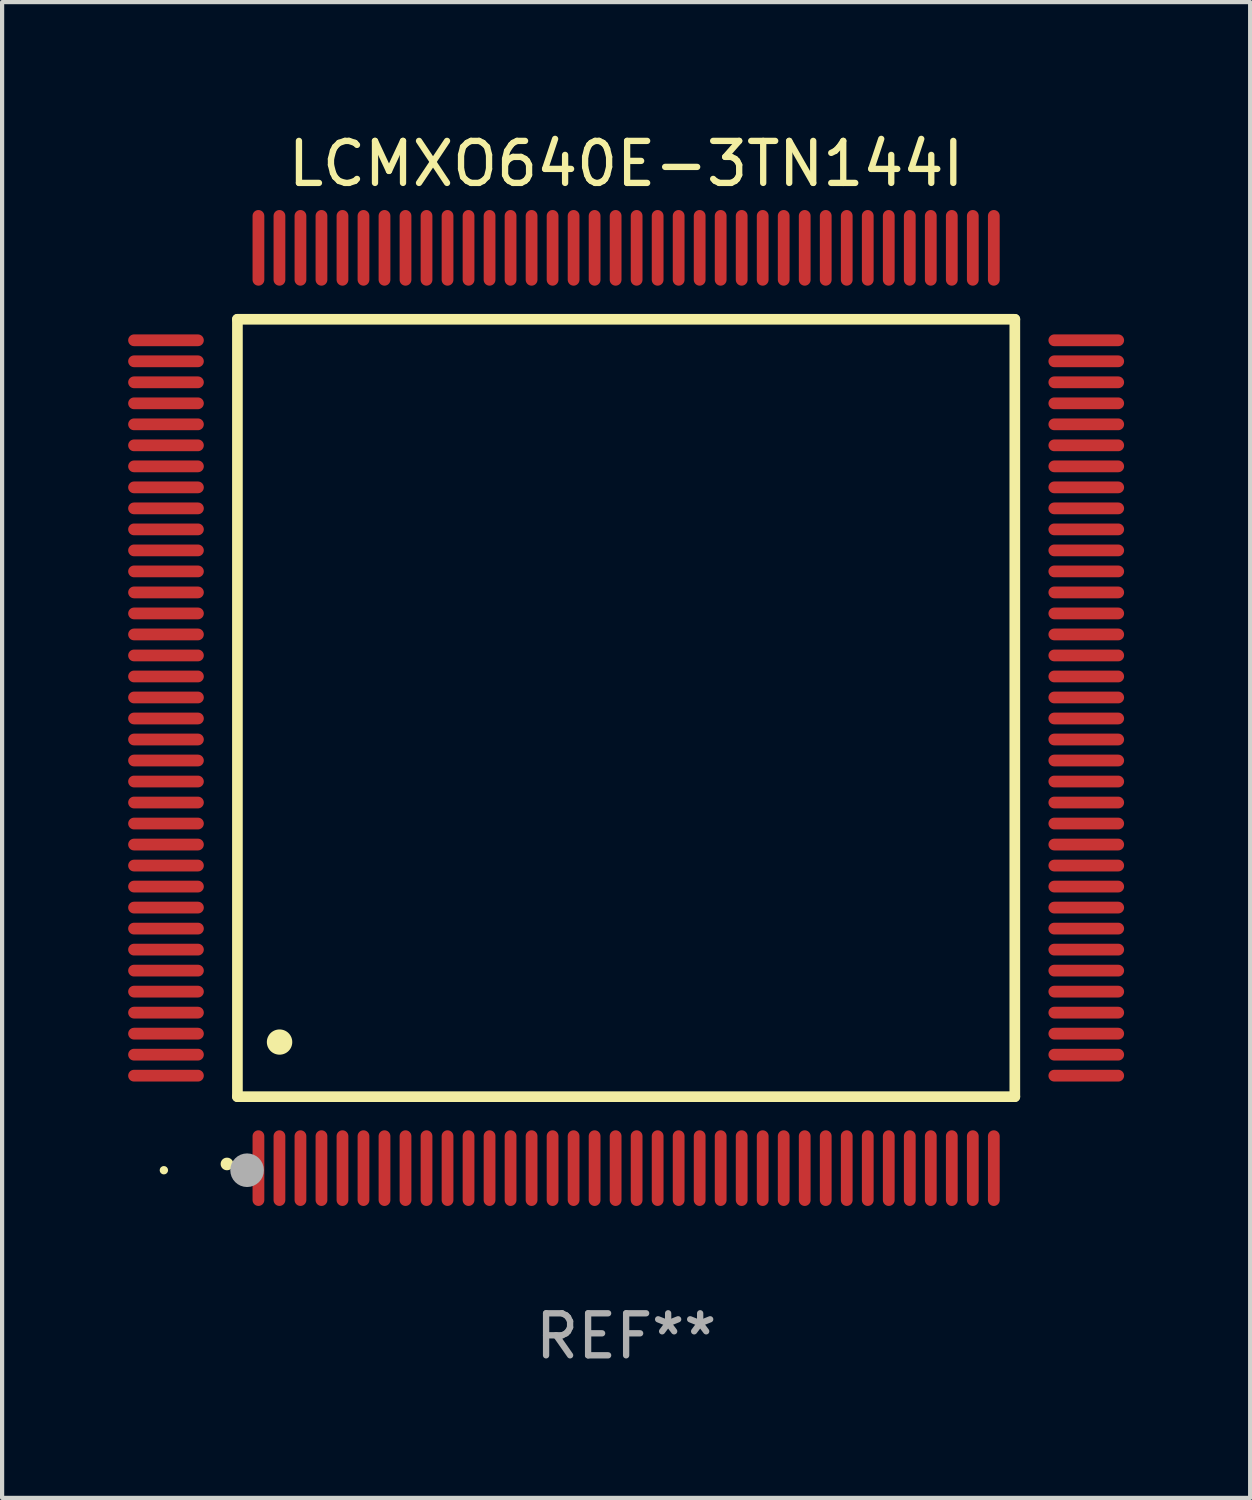
<source format=kicad_pcb>
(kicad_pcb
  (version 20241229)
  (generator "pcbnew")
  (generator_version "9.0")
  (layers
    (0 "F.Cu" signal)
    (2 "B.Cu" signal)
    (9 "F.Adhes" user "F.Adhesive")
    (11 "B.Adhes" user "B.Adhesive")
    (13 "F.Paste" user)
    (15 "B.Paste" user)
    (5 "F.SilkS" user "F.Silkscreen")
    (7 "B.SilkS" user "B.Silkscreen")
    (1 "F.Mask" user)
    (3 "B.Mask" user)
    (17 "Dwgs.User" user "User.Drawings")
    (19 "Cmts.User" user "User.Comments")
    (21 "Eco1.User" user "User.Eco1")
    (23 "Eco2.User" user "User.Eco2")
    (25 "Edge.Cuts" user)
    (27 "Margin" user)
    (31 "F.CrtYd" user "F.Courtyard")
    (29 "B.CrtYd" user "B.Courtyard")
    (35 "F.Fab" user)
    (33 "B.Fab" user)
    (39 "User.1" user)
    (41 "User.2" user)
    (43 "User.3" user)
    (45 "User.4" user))
  (footprint "LCMXO640E-3TN144I"
    (layer "F.Cu")
    (at 11.85 13.798)
    (property "Reference" "LCMXO640E-3TN144I" (at 0 -12.95 0) (layer "F.SilkS") (effects (font (size 1 1) (thickness 0.15))))
    (attr through_hole)
    (fp_line (start -9.25 -9.25) (end -9.25 9.25) (stroke (width 0.254) (type solid)) (layer "F.SilkS"))
    (fp_line (start -9.25 9.25) (end 9.25 9.25) (stroke (width 0.254) (type solid)) (layer "F.SilkS"))
    (fp_line (start 9.25 -9.25) (end -9.25 -9.25) (stroke (width 0.254) (type solid)) (layer "F.SilkS"))
    (fp_line (start 9.25 9.25) (end 9.25 -9.25) (stroke (width 0.254) (type solid)) (layer "F.SilkS"))
    (fp_arc (start -9.499619 10.850902) (mid -9.498349 10.850897) (end -9.497079 10.850902) (stroke (width 0.3) (type solid)) (layer "F.SilkS"))
    (fp_arc (start -8.249936 7.950216) (mid -8.247396 7.950205) (end -8.244856 7.950216) (stroke (width 0.6) (type solid)) (layer "F.SilkS"))
    (fp_circle (center -11 11) (end -10.95 11) (stroke (width 0.1) (type solid)) (fill no) (layer "F.SilkS"))
    (fp_circle (center -9.02 11) (end -8.82 11) (stroke (width 0.4) (type solid)) (fill no) (layer "F.Fab"))
    (fp_text user "REF**" (at 0 14.95 0) (layer "F.Fab") (effects (font (size 1 1) (thickness 0.15))))
    (pad "1" smd oval (at -8.75 10.95) (size 0.28 1.8) (layers "F.Cu" "F.Mask" "F.Paste"))
    (pad "2" smd oval (at -8.25 10.95) (size 0.28 1.8) (layers "F.Cu" "F.Mask" "F.Paste"))
    (pad "3" smd oval (at -7.75 10.95) (size 0.28 1.8) (layers "F.Cu" "F.Mask" "F.Paste"))
    (pad "4" smd oval (at -7.25 10.95) (size 0.28 1.8) (layers "F.Cu" "F.Mask" "F.Paste"))
    (pad "5" smd oval (at -6.75 10.95) (size 0.28 1.8) (layers "F.Cu" "F.Mask" "F.Paste"))
    (pad "6" smd oval (at -6.25 10.95) (size 0.28 1.8) (layers "F.Cu" "F.Mask" "F.Paste"))
    (pad "7" smd oval (at -5.75 10.95) (size 0.28 1.8) (layers "F.Cu" "F.Mask" "F.Paste"))
    (pad "8" smd oval (at -5.25 10.95) (size 0.28 1.8) (layers "F.Cu" "F.Mask" "F.Paste"))
    (pad "9" smd oval (at -4.75 10.95) (size 0.28 1.8) (layers "F.Cu" "F.Mask" "F.Paste"))
    (pad "10" smd oval (at -4.25 10.95) (size 0.28 1.8) (layers "F.Cu" "F.Mask" "F.Paste"))
    (pad "11" smd oval (at -3.75 10.95) (size 0.28 1.8) (layers "F.Cu" "F.Mask" "F.Paste"))
    (pad "12" smd oval (at -3.25 10.95) (size 0.28 1.8) (layers "F.Cu" "F.Mask" "F.Paste"))
    (pad "13" smd oval (at -2.75 10.95) (size 0.28 1.8) (layers "F.Cu" "F.Mask" "F.Paste"))
    (pad "14" smd oval (at -2.25 10.95) (size 0.28 1.8) (layers "F.Cu" "F.Mask" "F.Paste"))
    (pad "15" smd oval (at -1.75 10.95) (size 0.28 1.8) (layers "F.Cu" "F.Mask" "F.Paste"))
    (pad "16" smd oval (at -1.25 10.95) (size 0.28 1.8) (layers "F.Cu" "F.Mask" "F.Paste"))
    (pad "17" smd oval (at -0.75 10.95) (size 0.28 1.8) (layers "F.Cu" "F.Mask" "F.Paste"))
    (pad "18" smd oval (at -0.25 10.95) (size 0.28 1.8) (layers "F.Cu" "F.Mask" "F.Paste"))
    (pad "19" smd oval (at 0.25 10.95) (size 0.28 1.8) (layers "F.Cu" "F.Mask" "F.Paste"))
    (pad "20" smd oval (at 0.75 10.95) (size 0.28 1.8) (layers "F.Cu" "F.Mask" "F.Paste"))
    (pad "21" smd oval (at 1.25 10.95) (size 0.28 1.8) (layers "F.Cu" "F.Mask" "F.Paste"))
    (pad "22" smd oval (at 1.75 10.95) (size 0.28 1.8) (layers "F.Cu" "F.Mask" "F.Paste"))
    (pad "23" smd oval (at 2.25 10.95) (size 0.28 1.8) (layers "F.Cu" "F.Mask" "F.Paste"))
    (pad "24" smd oval (at 2.75 10.95) (size 0.28 1.8) (layers "F.Cu" "F.Mask" "F.Paste"))
    (pad "25" smd oval (at 3.25 10.95) (size 0.28 1.8) (layers "F.Cu" "F.Mask" "F.Paste"))
    (pad "26" smd oval (at 3.75 10.95) (size 0.28 1.8) (layers "F.Cu" "F.Mask" "F.Paste"))
    (pad "27" smd oval (at 4.25 10.95) (size 0.28 1.8) (layers "F.Cu" "F.Mask" "F.Paste"))
    (pad "28" smd oval (at 4.75 10.95) (size 0.28 1.8) (layers "F.Cu" "F.Mask" "F.Paste"))
    (pad "29" smd oval (at 5.25 10.95) (size 0.28 1.8) (layers "F.Cu" "F.Mask" "F.Paste"))
    (pad "30" smd oval (at 5.75 10.95) (size 0.28 1.8) (layers "F.Cu" "F.Mask" "F.Paste"))
    (pad "31" smd oval (at 6.25 10.95) (size 0.28 1.8) (layers "F.Cu" "F.Mask" "F.Paste"))
    (pad "32" smd oval (at 6.75 10.95) (size 0.28 1.8) (layers "F.Cu" "F.Mask" "F.Paste"))
    (pad "33" smd oval (at 7.25 10.95) (size 0.28 1.8) (layers "F.Cu" "F.Mask" "F.Paste"))
    (pad "34" smd oval (at 7.75 10.95) (size 0.28 1.8) (layers "F.Cu" "F.Mask" "F.Paste"))
    (pad "35" smd oval (at 8.25 10.95) (size 0.28 1.8) (layers "F.Cu" "F.Mask" "F.Paste"))
    (pad "36" smd oval (at 8.75 10.95) (size 0.28 1.8) (layers "F.Cu" "F.Mask" "F.Paste"))
    (pad "37" smd oval (at 10.95 8.75) (size 1.8 0.28) (layers "F.Cu" "F.Mask" "F.Paste"))
    (pad "38" smd oval (at 10.95 8.25) (size 1.8 0.28) (layers "F.Cu" "F.Mask" "F.Paste"))
    (pad "39" smd oval (at 10.95 7.75) (size 1.8 0.28) (layers "F.Cu" "F.Mask" "F.Paste"))
    (pad "40" smd oval (at 10.95 7.25) (size 1.8 0.28) (layers "F.Cu" "F.Mask" "F.Paste"))
    (pad "41" smd oval (at 10.95 6.75) (size 1.8 0.28) (layers "F.Cu" "F.Mask" "F.Paste"))
    (pad "42" smd oval (at 10.95 6.25) (size 1.8 0.28) (layers "F.Cu" "F.Mask" "F.Paste"))
    (pad "43" smd oval (at 10.95 5.75) (size 1.8 0.28) (layers "F.Cu" "F.Mask" "F.Paste"))
    (pad "44" smd oval (at 10.95 5.25) (size 1.8 0.28) (layers "F.Cu" "F.Mask" "F.Paste"))
    (pad "45" smd oval (at 10.95 4.75) (size 1.8 0.28) (layers "F.Cu" "F.Mask" "F.Paste"))
    (pad "46" smd oval (at 10.95 4.25) (size 1.8 0.28) (layers "F.Cu" "F.Mask" "F.Paste"))
    (pad "47" smd oval (at 10.95 3.75) (size 1.8 0.28) (layers "F.Cu" "F.Mask" "F.Paste"))
    (pad "48" smd oval (at 10.95 3.25) (size 1.8 0.28) (layers "F.Cu" "F.Mask" "F.Paste"))
    (pad "49" smd oval (at 10.95 2.75) (size 1.8 0.28) (layers "F.Cu" "F.Mask" "F.Paste"))
    (pad "50" smd oval (at 10.95 2.25) (size 1.8 0.28) (layers "F.Cu" "F.Mask" "F.Paste"))
    (pad "51" smd oval (at 10.95 1.75) (size 1.8 0.28) (layers "F.Cu" "F.Mask" "F.Paste"))
    (pad "52" smd oval (at 10.95 1.25) (size 1.8 0.28) (layers "F.Cu" "F.Mask" "F.Paste"))
    (pad "53" smd oval (at 10.95 0.75) (size 1.8 0.28) (layers "F.Cu" "F.Mask" "F.Paste"))
    (pad "54" smd oval (at 10.95 0.25) (size 1.8 0.28) (layers "F.Cu" "F.Mask" "F.Paste"))
    (pad "55" smd oval (at 10.95 -0.25) (size 1.8 0.28) (layers "F.Cu" "F.Mask" "F.Paste"))
    (pad "56" smd oval (at 10.95 -0.75) (size 1.8 0.28) (layers "F.Cu" "F.Mask" "F.Paste"))
    (pad "57" smd oval (at 10.95 -1.25) (size 1.8 0.28) (layers "F.Cu" "F.Mask" "F.Paste"))
    (pad "58" smd oval (at 10.95 -1.75) (size 1.8 0.28) (layers "F.Cu" "F.Mask" "F.Paste"))
    (pad "59" smd oval (at 10.95 -2.25) (size 1.8 0.28) (layers "F.Cu" "F.Mask" "F.Paste"))
    (pad "60" smd oval (at 10.95 -2.75) (size 1.8 0.28) (layers "F.Cu" "F.Mask" "F.Paste"))
    (pad "61" smd oval (at 10.95 -3.25) (size 1.8 0.28) (layers "F.Cu" "F.Mask" "F.Paste"))
    (pad "62" smd oval (at 10.95 -3.75) (size 1.8 0.28) (layers "F.Cu" "F.Mask" "F.Paste"))
    (pad "63" smd oval (at 10.95 -4.25) (size 1.8 0.28) (layers "F.Cu" "F.Mask" "F.Paste"))
    (pad "64" smd oval (at 10.95 -4.75) (size 1.8 0.28) (layers "F.Cu" "F.Mask" "F.Paste"))
    (pad "65" smd oval (at 10.95 -5.25) (size 1.8 0.28) (layers "F.Cu" "F.Mask" "F.Paste"))
    (pad "66" smd oval (at 10.95 -5.75) (size 1.8 0.28) (layers "F.Cu" "F.Mask" "F.Paste"))
    (pad "67" smd oval (at 10.95 -6.25) (size 1.8 0.28) (layers "F.Cu" "F.Mask" "F.Paste"))
    (pad "68" smd oval (at 10.95 -6.75) (size 1.8 0.28) (layers "F.Cu" "F.Mask" "F.Paste"))
    (pad "69" smd oval (at 10.95 -7.25) (size 1.8 0.28) (layers "F.Cu" "F.Mask" "F.Paste"))
    (pad "70" smd oval (at 10.95 -7.75) (size 1.8 0.28) (layers "F.Cu" "F.Mask" "F.Paste"))
    (pad "71" smd oval (at 10.95 -8.25) (size 1.8 0.28) (layers "F.Cu" "F.Mask" "F.Paste"))
    (pad "72" smd oval (at 10.95 -8.75) (size 1.8 0.28) (layers "F.Cu" "F.Mask" "F.Paste"))
    (pad "73" smd oval (at 8.75 -10.95) (size 0.28 1.8) (layers "F.Cu" "F.Mask" "F.Paste"))
    (pad "74" smd oval (at 8.25 -10.95) (size 0.28 1.8) (layers "F.Cu" "F.Mask" "F.Paste"))
    (pad "75" smd oval (at 7.75 -10.95) (size 0.28 1.8) (layers "F.Cu" "F.Mask" "F.Paste"))
    (pad "76" smd oval (at 7.25 -10.95) (size 0.28 1.8) (layers "F.Cu" "F.Mask" "F.Paste"))
    (pad "77" smd oval (at 6.75 -10.95) (size 0.28 1.8) (layers "F.Cu" "F.Mask" "F.Paste"))
    (pad "78" smd oval (at 6.25 -10.95) (size 0.28 1.8) (layers "F.Cu" "F.Mask" "F.Paste"))
    (pad "79" smd oval (at 5.75 -10.95) (size 0.28 1.8) (layers "F.Cu" "F.Mask" "F.Paste"))
    (pad "80" smd oval (at 5.25 -10.95) (size 0.28 1.8) (layers "F.Cu" "F.Mask" "F.Paste"))
    (pad "81" smd oval (at 4.75 -10.95) (size 0.28 1.8) (layers "F.Cu" "F.Mask" "F.Paste"))
    (pad "82" smd oval (at 4.25 -10.95) (size 0.28 1.8) (layers "F.Cu" "F.Mask" "F.Paste"))
    (pad "83" smd oval (at 3.75 -10.95) (size 0.28 1.8) (layers "F.Cu" "F.Mask" "F.Paste"))
    (pad "84" smd oval (at 3.25 -10.95) (size 0.28 1.8) (layers "F.Cu" "F.Mask" "F.Paste"))
    (pad "85" smd oval (at 2.75 -10.95) (size 0.28 1.8) (layers "F.Cu" "F.Mask" "F.Paste"))
    (pad "86" smd oval (at 2.25 -10.95) (size 0.28 1.8) (layers "F.Cu" "F.Mask" "F.Paste"))
    (pad "87" smd oval (at 1.75 -10.95) (size 0.28 1.8) (layers "F.Cu" "F.Mask" "F.Paste"))
    (pad "88" smd oval (at 1.25 -10.95) (size 0.28 1.8) (layers "F.Cu" "F.Mask" "F.Paste"))
    (pad "89" smd oval (at 0.75 -10.95) (size 0.28 1.8) (layers "F.Cu" "F.Mask" "F.Paste"))
    (pad "90" smd oval (at 0.25 -10.95) (size 0.28 1.8) (layers "F.Cu" "F.Mask" "F.Paste"))
    (pad "91" smd oval (at -0.25 -10.95) (size 0.28 1.8) (layers "F.Cu" "F.Mask" "F.Paste"))
    (pad "92" smd oval (at -0.75 -10.95) (size 0.28 1.8) (layers "F.Cu" "F.Mask" "F.Paste"))
    (pad "93" smd oval (at -1.25 -10.95) (size 0.28 1.8) (layers "F.Cu" "F.Mask" "F.Paste"))
    (pad "94" smd oval (at -1.75 -10.95) (size 0.28 1.8) (layers "F.Cu" "F.Mask" "F.Paste"))
    (pad "95" smd oval (at -2.25 -10.95) (size 0.28 1.8) (layers "F.Cu" "F.Mask" "F.Paste"))
    (pad "96" smd oval (at -2.75 -10.95) (size 0.28 1.8) (layers "F.Cu" "F.Mask" "F.Paste"))
    (pad "97" smd oval (at -3.25 -10.95) (size 0.28 1.8) (layers "F.Cu" "F.Mask" "F.Paste"))
    (pad "98" smd oval (at -3.75 -10.95) (size 0.28 1.8) (layers "F.Cu" "F.Mask" "F.Paste"))
    (pad "99" smd oval (at -4.25 -10.95) (size 0.28 1.8) (layers "F.Cu" "F.Mask" "F.Paste"))
    (pad "100" smd oval (at -4.75 -10.95) (size 0.28 1.8) (layers "F.Cu" "F.Mask" "F.Paste"))
    (pad "101" smd oval (at -5.25 -10.95) (size 0.28 1.8) (layers "F.Cu" "F.Mask" "F.Paste"))
    (pad "102" smd oval (at -5.75 -10.95) (size 0.28 1.8) (layers "F.Cu" "F.Mask" "F.Paste"))
    (pad "103" smd oval (at -6.25 -10.95) (size 0.28 1.8) (layers "F.Cu" "F.Mask" "F.Paste"))
    (pad "104" smd oval (at -6.75 -10.95) (size 0.28 1.8) (layers "F.Cu" "F.Mask" "F.Paste"))
    (pad "105" smd oval (at -7.25 -10.95) (size 0.28 1.8) (layers "F.Cu" "F.Mask" "F.Paste"))
    (pad "106" smd oval (at -7.75 -10.95) (size 0.28 1.8) (layers "F.Cu" "F.Mask" "F.Paste"))
    (pad "107" smd oval (at -8.25 -10.95) (size 0.28 1.8) (layers "F.Cu" "F.Mask" "F.Paste"))
    (pad "108" smd oval (at -8.75 -10.95) (size 0.28 1.8) (layers "F.Cu" "F.Mask" "F.Paste"))
    (pad "109" smd oval (at -10.95 -8.75) (size 1.8 0.28) (layers "F.Cu" "F.Mask" "F.Paste"))
    (pad "110" smd oval (at -10.95 -8.25) (size 1.8 0.28) (layers "F.Cu" "F.Mask" "F.Paste"))
    (pad "111" smd oval (at -10.95 -7.75) (size 1.8 0.28) (layers "F.Cu" "F.Mask" "F.Paste"))
    (pad "112" smd oval (at -10.95 -7.25) (size 1.8 0.28) (layers "F.Cu" "F.Mask" "F.Paste"))
    (pad "113" smd oval (at -10.95 -6.75) (size 1.8 0.28) (layers "F.Cu" "F.Mask" "F.Paste"))
    (pad "114" smd oval (at -10.95 -6.25) (size 1.8 0.28) (layers "F.Cu" "F.Mask" "F.Paste"))
    (pad "115" smd oval (at -10.95 -5.75) (size 1.8 0.28) (layers "F.Cu" "F.Mask" "F.Paste"))
    (pad "116" smd oval (at -10.95 -5.25) (size 1.8 0.28) (layers "F.Cu" "F.Mask" "F.Paste"))
    (pad "117" smd oval (at -10.95 -4.75) (size 1.8 0.28) (layers "F.Cu" "F.Mask" "F.Paste"))
    (pad "118" smd oval (at -10.95 -4.25) (size 1.8 0.28) (layers "F.Cu" "F.Mask" "F.Paste"))
    (pad "119" smd oval (at -10.95 -3.75) (size 1.8 0.28) (layers "F.Cu" "F.Mask" "F.Paste"))
    (pad "120" smd oval (at -10.95 -3.25) (size 1.8 0.28) (layers "F.Cu" "F.Mask" "F.Paste"))
    (pad "121" smd oval (at -10.95 -2.75) (size 1.8 0.28) (layers "F.Cu" "F.Mask" "F.Paste"))
    (pad "122" smd oval (at -10.95 -2.25) (size 1.8 0.28) (layers "F.Cu" "F.Mask" "F.Paste"))
    (pad "123" smd oval (at -10.95 -1.75) (size 1.8 0.28) (layers "F.Cu" "F.Mask" "F.Paste"))
    (pad "124" smd oval (at -10.95 -1.25) (size 1.8 0.28) (layers "F.Cu" "F.Mask" "F.Paste"))
    (pad "125" smd oval (at -10.95 -0.75) (size 1.8 0.28) (layers "F.Cu" "F.Mask" "F.Paste"))
    (pad "126" smd oval (at -10.95 -0.25) (size 1.8 0.28) (layers "F.Cu" "F.Mask" "F.Paste"))
    (pad "127" smd oval (at -10.95 0.25) (size 1.8 0.28) (layers "F.Cu" "F.Mask" "F.Paste"))
    (pad "128" smd oval (at -10.95 0.75) (size 1.8 0.28) (layers "F.Cu" "F.Mask" "F.Paste"))
    (pad "129" smd oval (at -10.95 1.25) (size 1.8 0.28) (layers "F.Cu" "F.Mask" "F.Paste"))
    (pad "130" smd oval (at -10.95 1.75) (size 1.8 0.28) (layers "F.Cu" "F.Mask" "F.Paste"))
    (pad "131" smd oval (at -10.95 2.25) (size 1.8 0.28) (layers "F.Cu" "F.Mask" "F.Paste"))
    (pad "132" smd oval (at -10.95 2.75) (size 1.8 0.28) (layers "F.Cu" "F.Mask" "F.Paste"))
    (pad "133" smd oval (at -10.95 3.25) (size 1.8 0.28) (layers "F.Cu" "F.Mask" "F.Paste"))
    (pad "134" smd oval (at -10.95 3.75) (size 1.8 0.28) (layers "F.Cu" "F.Mask" "F.Paste"))
    (pad "135" smd oval (at -10.95 4.25) (size 1.8 0.28) (layers "F.Cu" "F.Mask" "F.Paste"))
    (pad "136" smd oval (at -10.95 4.75) (size 1.8 0.28) (layers "F.Cu" "F.Mask" "F.Paste"))
    (pad "137" smd oval (at -10.95 5.25) (size 1.8 0.28) (layers "F.Cu" "F.Mask" "F.Paste"))
    (pad "138" smd oval (at -10.95 5.75) (size 1.8 0.28) (layers "F.Cu" "F.Mask" "F.Paste"))
    (pad "139" smd oval (at -10.95 6.25) (size 1.8 0.28) (layers "F.Cu" "F.Mask" "F.Paste"))
    (pad "140" smd oval (at -10.95 6.75) (size 1.8 0.28) (layers "F.Cu" "F.Mask" "F.Paste"))
    (pad "141" smd oval (at -10.95 7.25) (size 1.8 0.28) (layers "F.Cu" "F.Mask" "F.Paste"))
    (pad "142" smd oval (at -10.95 7.75) (size 1.8 0.28) (layers "F.Cu" "F.Mask" "F.Paste"))
    (pad "143" smd oval (at -10.95 8.25) (size 1.8 0.28) (layers "F.Cu" "F.Mask" "F.Paste"))
    (pad "144" smd oval (at -10.95 8.75) (size 1.8 0.28) (layers "F.Cu" "F.Mask" "F.Paste")))
  (gr_rect
    (start -3 -3)
    (end 26.7 32.596)
    (stroke (width 0.1) (type default))
    (fill no)
    (layer "Edge.Cuts")))
</source>
